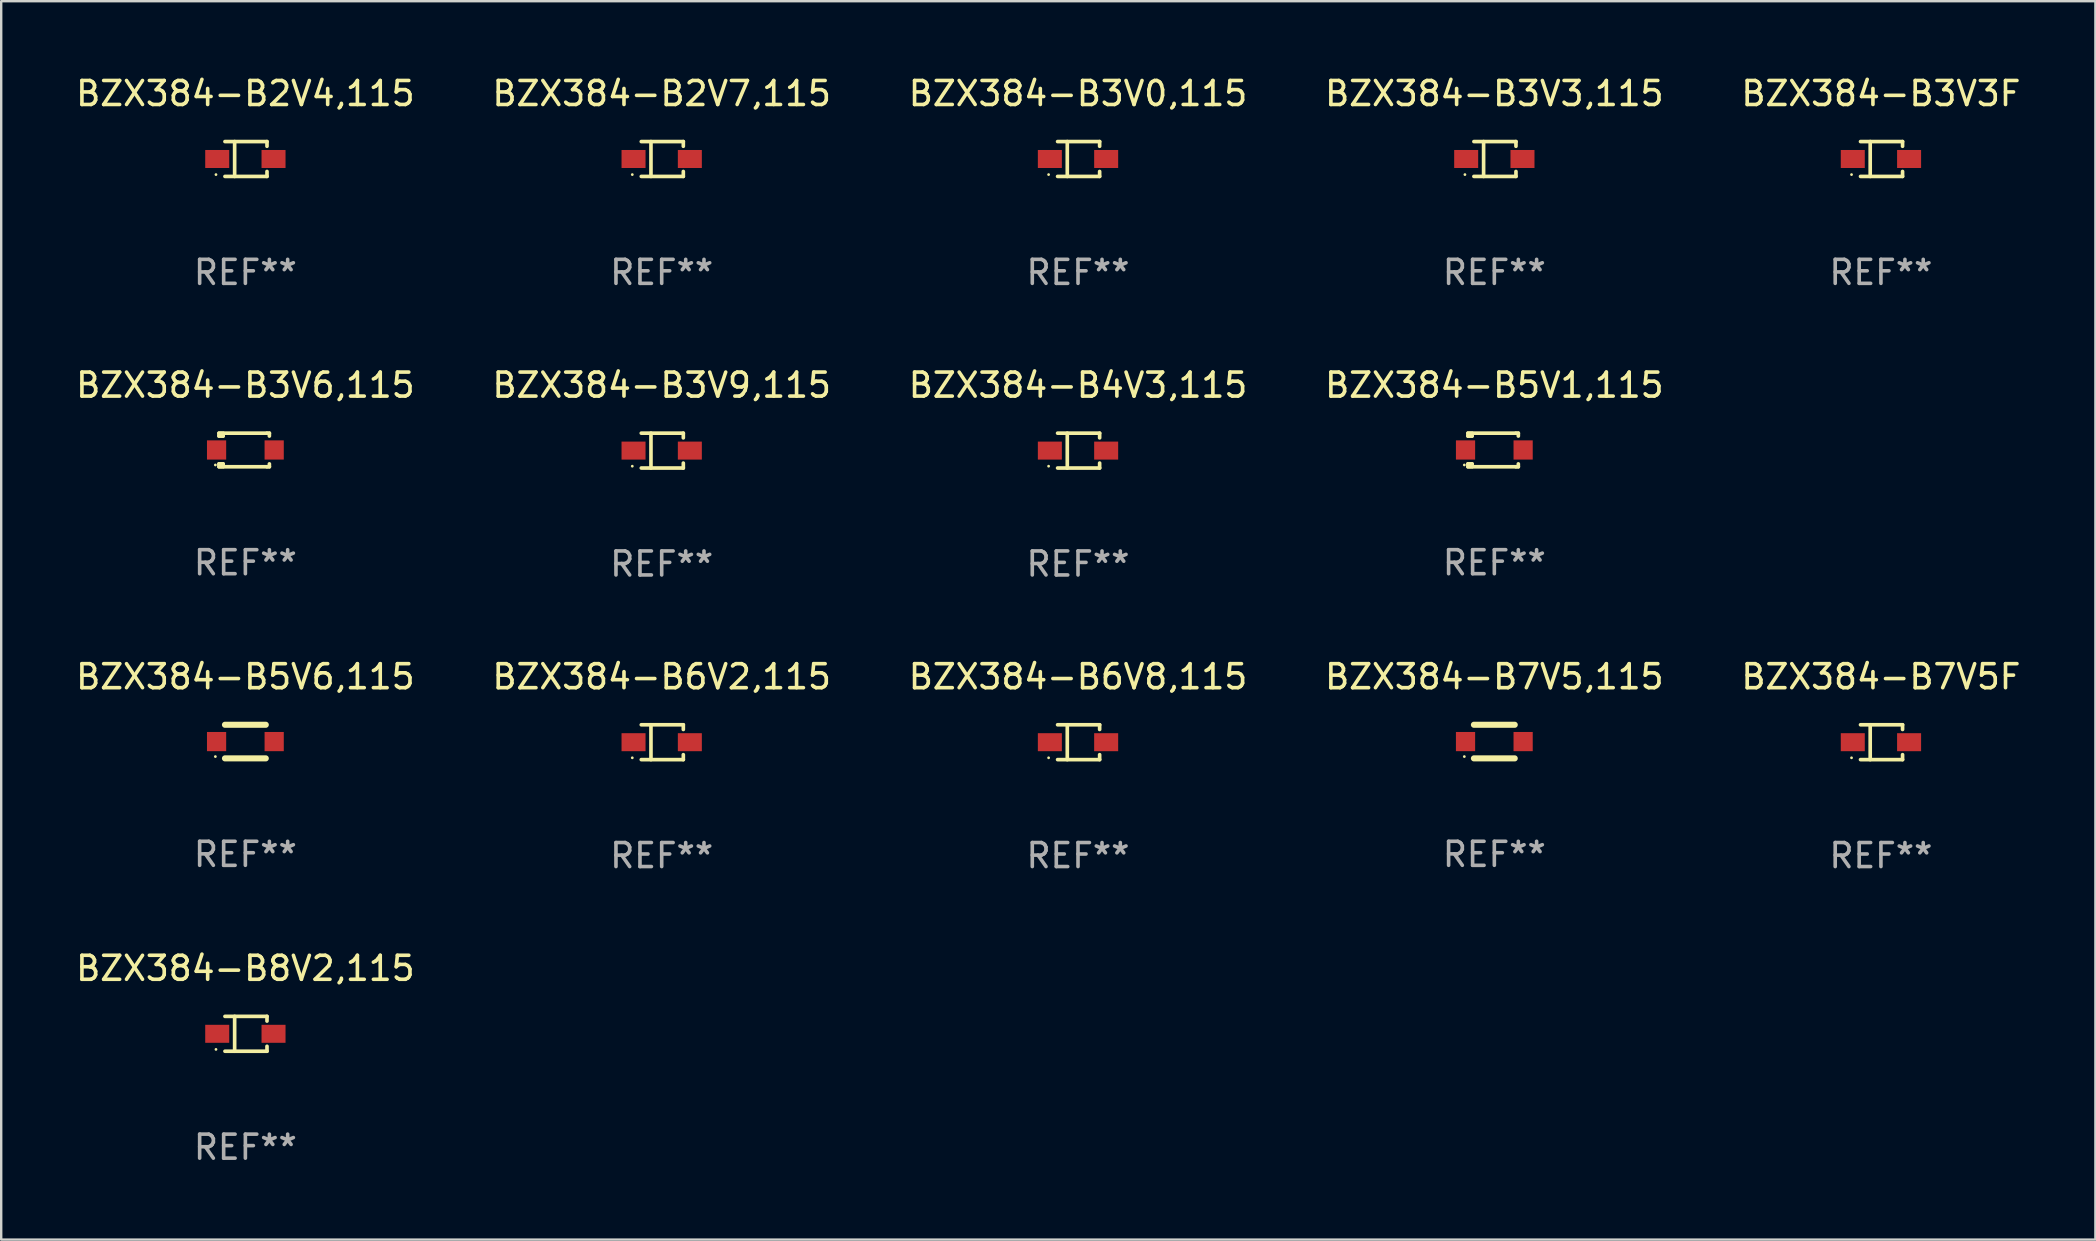
<source format=kicad_pcb>
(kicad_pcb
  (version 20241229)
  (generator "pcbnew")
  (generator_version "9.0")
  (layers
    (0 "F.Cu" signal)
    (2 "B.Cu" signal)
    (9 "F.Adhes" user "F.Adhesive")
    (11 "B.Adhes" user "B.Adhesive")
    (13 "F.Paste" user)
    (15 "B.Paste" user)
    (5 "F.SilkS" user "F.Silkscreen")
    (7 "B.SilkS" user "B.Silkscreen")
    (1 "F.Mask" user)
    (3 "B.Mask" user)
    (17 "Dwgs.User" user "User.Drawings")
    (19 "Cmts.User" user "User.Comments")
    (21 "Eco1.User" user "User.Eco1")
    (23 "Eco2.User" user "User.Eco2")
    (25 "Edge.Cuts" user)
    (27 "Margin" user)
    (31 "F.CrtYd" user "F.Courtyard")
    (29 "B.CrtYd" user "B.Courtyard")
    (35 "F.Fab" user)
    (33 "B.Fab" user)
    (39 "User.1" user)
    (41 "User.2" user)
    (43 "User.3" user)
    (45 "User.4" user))
  (footprint "BZX384-B3V0,115"
    (layer "F.Cu")
    (at 41.863 3.574)
    (property "Reference" "BZX384-B3V0,115" (at 0 -2.726 0) (layer "F.SilkS") (effects (font (size 1 1) (thickness 0.15))))
    (attr through_hole)
    (fp_line (start -0.851 -0.726) (end 0.901 -0.726) (stroke (width 0.152) (type solid)) (layer "F.SilkS"))
    (fp_line (start -0.851 0.726) (end 0.901 0.726) (stroke (width 0.152) (type solid)) (layer "F.SilkS"))
    (fp_line (start -0.447 -0.726) (end -0.447 0.726) (stroke (width 0.152) (type solid)) (layer "F.SilkS"))
    (fp_line (start 0.901 -0.726) (end 0.901 -0.53) (stroke (width 0.152) (type solid)) (layer "F.SilkS"))
    (fp_line (start 0.901 0.726) (end 0.901 0.52) (stroke (width 0.152) (type solid)) (layer "F.SilkS"))
    (fp_circle (center -1.225 0.65) (end -1.195 0.65) (stroke (width 0.06) (type solid)) (fill no) (layer "F.SilkS"))
    (fp_text user "REF**" (at 0 4.726 0) (layer "F.Fab") (effects (font (size 1 1) (thickness 0.15))))
    (pad "1" smd rect (at -1.173 0) (size 1 0.75) (layers "F.Cu" "F.Mask" "F.Paste"))
    (pad "2" smd rect (at 1.173 0) (size 1 0.75) (layers "F.Cu" "F.Mask" "F.Paste")))
  (footprint "BZX384-B6V8,115"
    (layer "F.Cu")
    (at 41.863 27.872)
    (property "Reference" "BZX384-B6V8,115" (at 0 -2.726 0) (layer "F.SilkS") (effects (font (size 1 1) (thickness 0.15))))
    (attr through_hole)
    (fp_line (start -0.851 -0.726) (end 0.901 -0.726) (stroke (width 0.152) (type solid)) (layer "F.SilkS"))
    (fp_line (start -0.851 0.726) (end 0.901 0.726) (stroke (width 0.152) (type solid)) (layer "F.SilkS"))
    (fp_line (start -0.447 -0.726) (end -0.447 0.726) (stroke (width 0.152) (type solid)) (layer "F.SilkS"))
    (fp_line (start 0.901 -0.726) (end 0.901 -0.53) (stroke (width 0.152) (type solid)) (layer "F.SilkS"))
    (fp_line (start 0.901 0.726) (end 0.901 0.52) (stroke (width 0.152) (type solid)) (layer "F.SilkS"))
    (fp_circle (center -1.225 0.65) (end -1.195 0.65) (stroke (width 0.06) (type solid)) (fill no) (layer "F.SilkS"))
    (fp_text user "REF**" (at 0 4.726 0) (layer "F.Fab") (effects (font (size 1 1) (thickness 0.15))))
    (pad "1" smd rect (at -1.173 0) (size 1 0.75) (layers "F.Cu" "F.Mask" "F.Paste"))
    (pad "2" smd rect (at 1.173 0) (size 1 0.75) (layers "F.Cu" "F.Mask" "F.Paste")))
  (footprint "BZX384-B3V9,115"
    (layer "F.Cu")
    (at 24.518 15.723)
    (property "Reference" "BZX384-B3V9,115" (at 0 -2.726 0) (layer "F.SilkS") (effects (font (size 1 1) (thickness 0.15))))
    (attr through_hole)
    (fp_line (start -0.851 -0.726) (end 0.901 -0.726) (stroke (width 0.152) (type solid)) (layer "F.SilkS"))
    (fp_line (start -0.851 0.726) (end 0.901 0.726) (stroke (width 0.152) (type solid)) (layer "F.SilkS"))
    (fp_line (start -0.447 -0.726) (end -0.447 0.726) (stroke (width 0.152) (type solid)) (layer "F.SilkS"))
    (fp_line (start 0.901 -0.726) (end 0.901 -0.53) (stroke (width 0.152) (type solid)) (layer "F.SilkS"))
    (fp_line (start 0.901 0.726) (end 0.901 0.52) (stroke (width 0.152) (type solid)) (layer "F.SilkS"))
    (fp_circle (center -1.225 0.65) (end -1.195 0.65) (stroke (width 0.06) (type solid)) (fill no) (layer "F.SilkS"))
    (fp_text user "REF**" (at 0 4.726 0) (layer "F.Fab") (effects (font (size 1 1) (thickness 0.15))))
    (pad "1" smd rect (at -1.173 0) (size 1 0.75) (layers "F.Cu" "F.Mask" "F.Paste"))
    (pad "2" smd rect (at 1.173 0) (size 1 0.75) (layers "F.Cu" "F.Mask" "F.Paste")))
  (footprint "BZX384-B2V4,115"
    (layer "F.Cu")
    (at 7.173 3.574)
    (property "Reference" "BZX384-B2V4,115" (at 0 -2.726 0) (layer "F.SilkS") (effects (font (size 1 1) (thickness 0.15))))
    (attr through_hole)
    (fp_line (start -0.851 -0.726) (end 0.901 -0.726) (stroke (width 0.152) (type solid)) (layer "F.SilkS"))
    (fp_line (start -0.851 0.726) (end 0.901 0.726) (stroke (width 0.152) (type solid)) (layer "F.SilkS"))
    (fp_line (start -0.447 -0.726) (end -0.447 0.726) (stroke (width 0.152) (type solid)) (layer "F.SilkS"))
    (fp_line (start 0.901 -0.726) (end 0.901 -0.53) (stroke (width 0.152) (type solid)) (layer "F.SilkS"))
    (fp_line (start 0.901 0.726) (end 0.901 0.52) (stroke (width 0.152) (type solid)) (layer "F.SilkS"))
    (fp_circle (center -1.225 0.65) (end -1.195 0.65) (stroke (width 0.06) (type solid)) (fill no) (layer "F.SilkS"))
    (fp_text user "REF**" (at 0 4.726 0) (layer "F.Fab") (effects (font (size 1 1) (thickness 0.15))))
    (pad "1" smd rect (at -1.173 0) (size 1 0.75) (layers "F.Cu" "F.Mask" "F.Paste"))
    (pad "2" smd rect (at 1.173 0) (size 1 0.75) (layers "F.Cu" "F.Mask" "F.Paste")))
  (footprint "BZX384-B3V3F"
    (layer "F.Cu")
    (at 75.315 3.574)
    (property "Reference" "BZX384-B3V3F" (at 0 -2.726 0) (layer "F.SilkS") (effects (font (size 1 1) (thickness 0.15))))
    (attr through_hole)
    (fp_line (start -0.851 -0.726) (end 0.901 -0.726) (stroke (width 0.152) (type solid)) (layer "F.SilkS"))
    (fp_line (start -0.851 0.726) (end 0.901 0.726) (stroke (width 0.152) (type solid)) (layer "F.SilkS"))
    (fp_line (start -0.447 -0.726) (end -0.447 0.726) (stroke (width 0.152) (type solid)) (layer "F.SilkS"))
    (fp_line (start 0.901 -0.726) (end 0.901 -0.53) (stroke (width 0.152) (type solid)) (layer "F.SilkS"))
    (fp_line (start 0.901 0.726) (end 0.901 0.52) (stroke (width 0.152) (type solid)) (layer "F.SilkS"))
    (fp_circle (center -1.225 0.65) (end -1.195 0.65) (stroke (width 0.06) (type solid)) (fill no) (layer "F.SilkS"))
    (fp_text user "REF**" (at 0 4.726 0) (layer "F.Fab") (effects (font (size 1 1) (thickness 0.15))))
    (pad "1" smd rect (at -1.173 0) (size 1 0.75) (layers "F.Cu" "F.Mask" "F.Paste"))
    (pad "2" smd rect (at 1.173 0) (size 1 0.75) (layers "F.Cu" "F.Mask" "F.Paste")))
  (footprint "BZX384-B5V6,115"
    (layer "F.Cu")
    (at 7.173 27.846)
    (property "Reference" "BZX384-B5V6,115" (at 0 -2.7 0) (layer "F.SilkS") (effects (font (size 1 1) (thickness 0.15))))
    (attr through_hole)
    (fp_line (start -0.85 -0.7) (end 0.85 -0.7) (stroke (width 0.254) (type solid)) (layer "F.SilkS"))
    (fp_line (start -0.85 0.7) (end 0.85 0.7) (stroke (width 0.254) (type solid)) (layer "F.SilkS"))
    (fp_circle (center -1.25 0.625) (end -1.22 0.625) (stroke (width 0.06) (type solid)) (fill no) (layer "F.SilkS"))
    (fp_text user "REF**" (at 0 4.7 0) (layer "F.Fab") (effects (font (size 1 1) (thickness 0.15))))
    (pad "1" smd rect (at -1.2 0) (size 0.8 0.8) (layers "F.Cu" "F.Mask" "F.Paste"))
    (pad "2" smd rect (at 1.2 0) (size 0.8 0.8) (layers "F.Cu" "F.Mask" "F.Paste")))
  (footprint "BZX384-B5V1,115"
    (layer "F.Cu")
    (at 59.208 15.697)
    (property "Reference" "BZX384-B5V1,115" (at 0 -2.7 0) (layer "F.SilkS") (effects (font (size 1 1) (thickness 0.15))))
    (attr through_hole)
    (fp_line (start -1.1 -0.7) (end -1.1 -0.58) (stroke (width 0.152) (type solid)) (layer "F.SilkS"))
    (fp_line (start -1.1 0.58) (end -1.1 0.7) (stroke (width 0.152) (type solid)) (layer "F.SilkS"))
    (fp_line (start -1.1 0.58) (end -0.927 0.58) (stroke (width 0.152) (type solid)) (layer "F.SilkS"))
    (fp_line (start -1.1 0.7) (end 0.9 0.7) (stroke (width 0.152) (type solid)) (layer "F.SilkS"))
    (fp_line (start -1.014 -0.58) (end -1.014 -0.7) (stroke (width 0.152) (type solid)) (layer "F.SilkS"))
    (fp_line (start -1.014 0.7) (end -1.014 0.58) (stroke (width 0.152) (type solid)) (layer "F.SilkS"))
    (fp_line (start -0.927 -0.7) (end -0.927 -0.58) (stroke (width 0.152) (type solid)) (layer "F.SilkS"))
    (fp_line (start -0.927 -0.58) (end -1.1 -0.58) (stroke (width 0.152) (type solid)) (layer "F.SilkS"))
    (fp_line (start -0.927 0.58) (end -0.927 0.7) (stroke (width 0.152) (type solid)) (layer "F.SilkS"))
    (fp_line (start 0.9 -0.7) (end -1.1 -0.7) (stroke (width 0.152) (type solid)) (layer "F.SilkS"))
    (fp_line (start 0.9 0.7) (end 1 0.7) (stroke (width 0.152) (type solid)) (layer "F.SilkS"))
    (fp_line (start 1 -0.7) (end 0.9 -0.7) (stroke (width 0.152) (type solid)) (layer "F.SilkS"))
    (fp_line (start 1 -0.58) (end 1 -0.7) (stroke (width 0.152) (type solid)) (layer "F.SilkS"))
    (fp_line (start 1 0.7) (end 1 0.58) (stroke (width 0.152) (type solid)) (layer "F.SilkS"))
    (fp_circle (center -1.25 0.625) (end -1.22 0.625) (stroke (width 0.06) (type solid)) (fill no) (layer "F.SilkS"))
    (fp_text user "REF**" (at 0 4.7 0) (layer "F.Fab") (effects (font (size 1 1) (thickness 0.15))))
    (pad "1" smd rect (at -1.2 0) (size 0.8 0.8) (layers "F.Cu" "F.Mask" "F.Paste"))
    (pad "2" smd rect (at 1.2 0) (size 0.8 0.8) (layers "F.Cu" "F.Mask" "F.Paste")))
  (footprint "BZX384-B3V3,115"
    (layer "F.Cu")
    (at 59.208 3.574)
    (property "Reference" "BZX384-B3V3,115" (at 0 -2.726 0) (layer "F.SilkS") (effects (font (size 1 1) (thickness 0.15))))
    (attr through_hole)
    (fp_line (start -0.851 -0.726) (end 0.901 -0.726) (stroke (width 0.152) (type solid)) (layer "F.SilkS"))
    (fp_line (start -0.851 0.726) (end 0.901 0.726) (stroke (width 0.152) (type solid)) (layer "F.SilkS"))
    (fp_line (start -0.447 -0.726) (end -0.447 0.726) (stroke (width 0.152) (type solid)) (layer "F.SilkS"))
    (fp_line (start 0.901 -0.726) (end 0.901 -0.53) (stroke (width 0.152) (type solid)) (layer "F.SilkS"))
    (fp_line (start 0.901 0.726) (end 0.901 0.52) (stroke (width 0.152) (type solid)) (layer "F.SilkS"))
    (fp_circle (center -1.225 0.65) (end -1.195 0.65) (stroke (width 0.06) (type solid)) (fill no) (layer "F.SilkS"))
    (fp_text user "REF**" (at 0 4.726 0) (layer "F.Fab") (effects (font (size 1 1) (thickness 0.15))))
    (pad "1" smd rect (at -1.173 0) (size 1 0.75) (layers "F.Cu" "F.Mask" "F.Paste"))
    (pad "2" smd rect (at 1.173 0) (size 1 0.75) (layers "F.Cu" "F.Mask" "F.Paste")))
  (footprint "BZX384-B7V5,115"
    (layer "F.Cu")
    (at 59.208 27.846)
    (property "Reference" "BZX384-B7V5,115" (at 0 -2.7 0) (layer "F.SilkS") (effects (font (size 1 1) (thickness 0.15))))
    (attr through_hole)
    (fp_line (start -0.85 -0.7) (end 0.85 -0.7) (stroke (width 0.254) (type solid)) (layer "F.SilkS"))
    (fp_line (start -0.85 0.7) (end 0.85 0.7) (stroke (width 0.254) (type solid)) (layer "F.SilkS"))
    (fp_circle (center -1.25 0.625) (end -1.22 0.625) (stroke (width 0.06) (type solid)) (fill no) (layer "F.SilkS"))
    (fp_text user "REF**" (at 0 4.7 0) (layer "F.Fab") (effects (font (size 1 1) (thickness 0.15))))
    (pad "1" smd rect (at -1.2 0) (size 0.8 0.8) (layers "F.Cu" "F.Mask" "F.Paste"))
    (pad "2" smd rect (at 1.2 0) (size 0.8 0.8) (layers "F.Cu" "F.Mask" "F.Paste")))
  (footprint "BZX384-B6V2,115"
    (layer "F.Cu")
    (at 24.518 27.872)
    (property "Reference" "BZX384-B6V2,115" (at 0 -2.726 0) (layer "F.SilkS") (effects (font (size 1 1) (thickness 0.15))))
    (attr through_hole)
    (fp_line (start -0.851 -0.726) (end 0.901 -0.726) (stroke (width 0.152) (type solid)) (layer "F.SilkS"))
    (fp_line (start -0.851 0.726) (end 0.901 0.726) (stroke (width 0.152) (type solid)) (layer "F.SilkS"))
    (fp_line (start -0.447 -0.726) (end -0.447 0.726) (stroke (width 0.152) (type solid)) (layer "F.SilkS"))
    (fp_line (start 0.901 -0.726) (end 0.901 -0.53) (stroke (width 0.152) (type solid)) (layer "F.SilkS"))
    (fp_line (start 0.901 0.726) (end 0.901 0.52) (stroke (width 0.152) (type solid)) (layer "F.SilkS"))
    (fp_circle (center -1.225 0.65) (end -1.195 0.65) (stroke (width 0.06) (type solid)) (fill no) (layer "F.SilkS"))
    (fp_text user "REF**" (at 0 4.726 0) (layer "F.Fab") (effects (font (size 1 1) (thickness 0.15))))
    (pad "1" smd rect (at -1.173 0) (size 1 0.75) (layers "F.Cu" "F.Mask" "F.Paste"))
    (pad "2" smd rect (at 1.173 0) (size 1 0.75) (layers "F.Cu" "F.Mask" "F.Paste")))
  (footprint "BZX384-B7V5F"
    (layer "F.Cu")
    (at 75.315 27.872)
    (property "Reference" "BZX384-B7V5F" (at 0 -2.726 0) (layer "F.SilkS") (effects (font (size 1 1) (thickness 0.15))))
    (attr through_hole)
    (fp_line (start -0.851 -0.726) (end 0.901 -0.726) (stroke (width 0.152) (type solid)) (layer "F.SilkS"))
    (fp_line (start -0.851 0.726) (end 0.901 0.726) (stroke (width 0.152) (type solid)) (layer "F.SilkS"))
    (fp_line (start -0.447 -0.726) (end -0.447 0.726) (stroke (width 0.152) (type solid)) (layer "F.SilkS"))
    (fp_line (start 0.901 -0.726) (end 0.901 -0.53) (stroke (width 0.152) (type solid)) (layer "F.SilkS"))
    (fp_line (start 0.901 0.726) (end 0.901 0.52) (stroke (width 0.152) (type solid)) (layer "F.SilkS"))
    (fp_circle (center -1.225 0.65) (end -1.195 0.65) (stroke (width 0.06) (type solid)) (fill no) (layer "F.SilkS"))
    (fp_text user "REF**" (at 0 4.726 0) (layer "F.Fab") (effects (font (size 1 1) (thickness 0.15))))
    (pad "1" smd rect (at -1.173 0) (size 1 0.75) (layers "F.Cu" "F.Mask" "F.Paste"))
    (pad "2" smd rect (at 1.173 0) (size 1 0.75) (layers "F.Cu" "F.Mask" "F.Paste")))
  (footprint "BZX384-B8V2,115"
    (layer "F.Cu")
    (at 7.173 40.021)
    (property "Reference" "BZX384-B8V2,115" (at 0 -2.726 0) (layer "F.SilkS") (effects (font (size 1 1) (thickness 0.15))))
    (attr through_hole)
    (fp_line (start -0.851 -0.726) (end 0.901 -0.726) (stroke (width 0.152) (type solid)) (layer "F.SilkS"))
    (fp_line (start -0.851 0.726) (end 0.901 0.726) (stroke (width 0.152) (type solid)) (layer "F.SilkS"))
    (fp_line (start -0.447 -0.726) (end -0.447 0.726) (stroke (width 0.152) (type solid)) (layer "F.SilkS"))
    (fp_line (start 0.901 -0.726) (end 0.901 -0.53) (stroke (width 0.152) (type solid)) (layer "F.SilkS"))
    (fp_line (start 0.901 0.726) (end 0.901 0.52) (stroke (width 0.152) (type solid)) (layer "F.SilkS"))
    (fp_circle (center -1.225 0.65) (end -1.195 0.65) (stroke (width 0.06) (type solid)) (fill no) (layer "F.SilkS"))
    (fp_text user "REF**" (at 0 4.726 0) (layer "F.Fab") (effects (font (size 1 1) (thickness 0.15))))
    (pad "1" smd rect (at -1.173 0) (size 1 0.75) (layers "F.Cu" "F.Mask" "F.Paste"))
    (pad "2" smd rect (at 1.173 0) (size 1 0.75) (layers "F.Cu" "F.Mask" "F.Paste")))
  (footprint "BZX384-B3V6,115"
    (layer "F.Cu")
    (at 7.173 15.697)
    (property "Reference" "BZX384-B3V6,115" (at 0 -2.7 0) (layer "F.SilkS") (effects (font (size 1 1) (thickness 0.15))))
    (attr through_hole)
    (fp_line (start -1.1 -0.7) (end -1.1 -0.58) (stroke (width 0.152) (type solid)) (layer "F.SilkS"))
    (fp_line (start -1.1 0.58) (end -1.1 0.7) (stroke (width 0.152) (type solid)) (layer "F.SilkS"))
    (fp_line (start -1.1 0.58) (end -0.927 0.58) (stroke (width 0.152) (type solid)) (layer "F.SilkS"))
    (fp_line (start -1.1 0.7) (end 0.9 0.7) (stroke (width 0.152) (type solid)) (layer "F.SilkS"))
    (fp_line (start -1.014 -0.58) (end -1.014 -0.7) (stroke (width 0.152) (type solid)) (layer "F.SilkS"))
    (fp_line (start -1.014 0.7) (end -1.014 0.58) (stroke (width 0.152) (type solid)) (layer "F.SilkS"))
    (fp_line (start -0.927 -0.7) (end -0.927 -0.58) (stroke (width 0.152) (type solid)) (layer "F.SilkS"))
    (fp_line (start -0.927 -0.58) (end -1.1 -0.58) (stroke (width 0.152) (type solid)) (layer "F.SilkS"))
    (fp_line (start -0.927 0.58) (end -0.927 0.7) (stroke (width 0.152) (type solid)) (layer "F.SilkS"))
    (fp_line (start 0.9 -0.7) (end -1.1 -0.7) (stroke (width 0.152) (type solid)) (layer "F.SilkS"))
    (fp_line (start 0.9 0.7) (end 1 0.7) (stroke (width 0.152) (type solid)) (layer "F.SilkS"))
    (fp_line (start 1 -0.7) (end 0.9 -0.7) (stroke (width 0.152) (type solid)) (layer "F.SilkS"))
    (fp_line (start 1 -0.58) (end 1 -0.7) (stroke (width 0.152) (type solid)) (layer "F.SilkS"))
    (fp_line (start 1 0.7) (end 1 0.58) (stroke (width 0.152) (type solid)) (layer "F.SilkS"))
    (fp_circle (center -1.25 0.625) (end -1.22 0.625) (stroke (width 0.06) (type solid)) (fill no) (layer "F.SilkS"))
    (fp_text user "REF**" (at 0 4.7 0) (layer "F.Fab") (effects (font (size 1 1) (thickness 0.15))))
    (pad "1" smd rect (at -1.2 0) (size 0.8 0.8) (layers "F.Cu" "F.Mask" "F.Paste"))
    (pad "2" smd rect (at 1.2 0) (size 0.8 0.8) (layers "F.Cu" "F.Mask" "F.Paste")))
  (footprint "BZX384-B2V7,115"
    (layer "F.Cu")
    (at 24.518 3.574)
    (property "Reference" "BZX384-B2V7,115" (at 0 -2.726 0) (layer "F.SilkS") (effects (font (size 1 1) (thickness 0.15))))
    (attr through_hole)
    (fp_line (start -0.851 -0.726) (end 0.901 -0.726) (stroke (width 0.152) (type solid)) (layer "F.SilkS"))
    (fp_line (start -0.851 0.726) (end 0.901 0.726) (stroke (width 0.152) (type solid)) (layer "F.SilkS"))
    (fp_line (start -0.447 -0.726) (end -0.447 0.726) (stroke (width 0.152) (type solid)) (layer "F.SilkS"))
    (fp_line (start 0.901 -0.726) (end 0.901 -0.53) (stroke (width 0.152) (type solid)) (layer "F.SilkS"))
    (fp_line (start 0.901 0.726) (end 0.901 0.52) (stroke (width 0.152) (type solid)) (layer "F.SilkS"))
    (fp_circle (center -1.225 0.65) (end -1.195 0.65) (stroke (width 0.06) (type solid)) (fill no) (layer "F.SilkS"))
    (fp_text user "REF**" (at 0 4.726 0) (layer "F.Fab") (effects (font (size 1 1) (thickness 0.15))))
    (pad "1" smd rect (at -1.173 0) (size 1 0.75) (layers "F.Cu" "F.Mask" "F.Paste"))
    (pad "2" smd rect (at 1.173 0) (size 1 0.75) (layers "F.Cu" "F.Mask" "F.Paste")))
  (footprint "BZX384-B4V3,115"
    (layer "F.Cu")
    (at 41.863 15.723)
    (property "Reference" "BZX384-B4V3,115" (at 0 -2.726 0) (layer "F.SilkS") (effects (font (size 1 1) (thickness 0.15))))
    (attr through_hole)
    (fp_line (start -0.851 -0.726) (end 0.901 -0.726) (stroke (width 0.152) (type solid)) (layer "F.SilkS"))
    (fp_line (start -0.851 0.726) (end 0.901 0.726) (stroke (width 0.152) (type solid)) (layer "F.SilkS"))
    (fp_line (start -0.447 -0.726) (end -0.447 0.726) (stroke (width 0.152) (type solid)) (layer "F.SilkS"))
    (fp_line (start 0.901 -0.726) (end 0.901 -0.53) (stroke (width 0.152) (type solid)) (layer "F.SilkS"))
    (fp_line (start 0.901 0.726) (end 0.901 0.52) (stroke (width 0.152) (type solid)) (layer "F.SilkS"))
    (fp_circle (center -1.225 0.65) (end -1.195 0.65) (stroke (width 0.06) (type solid)) (fill no) (layer "F.SilkS"))
    (fp_text user "REF**" (at 0 4.726 0) (layer "F.Fab") (effects (font (size 1 1) (thickness 0.15))))
    (pad "1" smd rect (at -1.173 0) (size 1 0.75) (layers "F.Cu" "F.Mask" "F.Paste"))
    (pad "2" smd rect (at 1.173 0) (size 1 0.75) (layers "F.Cu" "F.Mask" "F.Paste")))
  (gr_rect
    (start -3 -3)
    (end 84.25 48.596)
    (stroke (width 0.1) (type default))
    (fill no)
    (layer "Edge.Cuts")))
</source>
